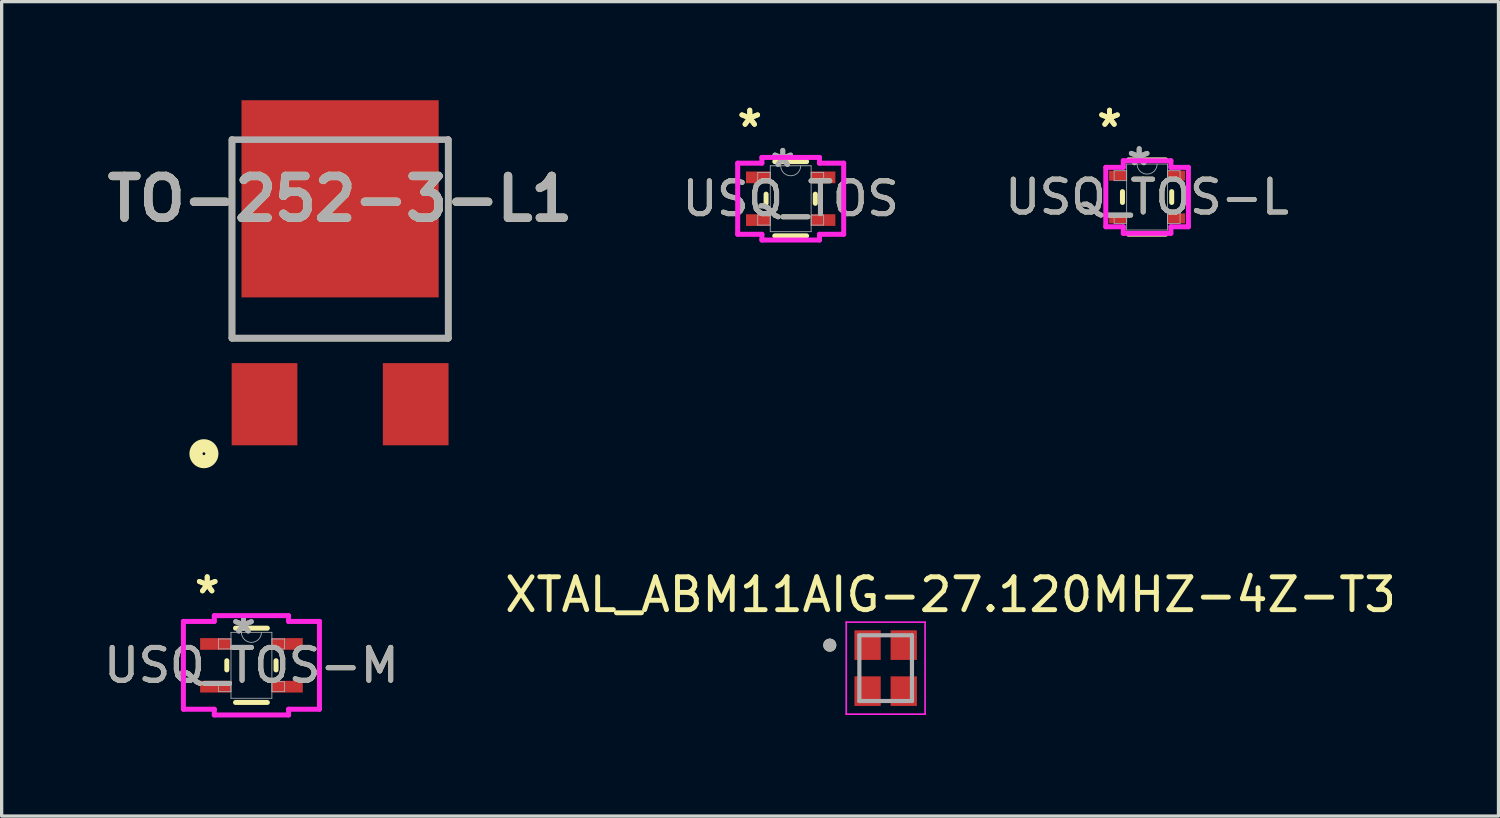
<source format=kicad_pcb>
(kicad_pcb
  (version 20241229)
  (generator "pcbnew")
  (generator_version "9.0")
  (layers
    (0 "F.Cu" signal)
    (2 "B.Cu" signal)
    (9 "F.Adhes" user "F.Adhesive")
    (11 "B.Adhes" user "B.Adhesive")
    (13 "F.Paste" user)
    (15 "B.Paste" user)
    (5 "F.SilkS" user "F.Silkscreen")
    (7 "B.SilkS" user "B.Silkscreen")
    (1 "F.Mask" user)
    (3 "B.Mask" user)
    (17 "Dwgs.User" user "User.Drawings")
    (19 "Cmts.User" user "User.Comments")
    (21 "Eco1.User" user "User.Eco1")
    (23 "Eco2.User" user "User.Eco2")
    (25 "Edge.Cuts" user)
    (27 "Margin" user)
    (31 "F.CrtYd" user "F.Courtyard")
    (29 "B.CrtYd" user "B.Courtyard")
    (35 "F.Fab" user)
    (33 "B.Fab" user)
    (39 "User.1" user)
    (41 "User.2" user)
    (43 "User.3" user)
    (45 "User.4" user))
  (footprint "TO-252-3-L1"
    (layer "F.Cu")
    (at 7.299 1.2)
    (property "Reference" "TO-252-3-L1" (at 0 1.8 0) (layer "F.SilkS") (effects (font (size 1.27 1.27) (thickness 0.254))))
    (attr smd)
    (fp_line (start -3.29 0) (end -3.29 6.04) (stroke (width 0.2) (type solid)) (layer "F.SilkS"))
    (fp_line (start -3.29 6.04) (end 3.29 6.04) (stroke (width 0.2) (type solid)) (layer "F.SilkS"))
    (fp_line (start 3.29 6.04) (end 3.29 0) (stroke (width 0.2) (type solid)) (layer "F.SilkS"))
    (fp_circle (center -4.144 9.556) (end -4.144 9.798) (stroke (width 0.4) (type solid)) (fill no) (layer "F.SilkS"))
    (fp_line (start -3.29 0) (end 3.29 0) (stroke (width 0.2) (type solid)) (layer "F.Fab"))
    (fp_line (start -3.29 6.04) (end -3.29 0) (stroke (width 0.2) (type solid)) (layer "F.Fab"))
    (fp_line (start 3.29 0) (end 3.29 6.04) (stroke (width 0.2) (type solid)) (layer "F.Fab"))
    (fp_line (start 3.29 6.04) (end -3.29 6.04) (stroke (width 0.2) (type solid)) (layer "F.Fab"))
    (fp_text user "${REFERENCE}" (at 0 1.8 0) (layer "F.Fab") (effects (font (size 1.27 1.27) (thickness 0.254))))
    (pad "1" smd rect (at -2.3 8.05) (size 2 2.5) (layers "F.Cu" "F.Mask" "F.Paste"))
    (pad "2" smd rect (at 2.3 8.05) (size 2 2.5) (layers "F.Cu" "F.Mask" "F.Paste"))
    (pad "3" smd rect (at 0 1.8 90) (size 6 6) (layers "F.Cu" "F.Mask" "F.Paste")))
  (footprint "USQ_TOS-M"
    (layer "F.Cu")
    (at 4.601 17.195)
    (property "Reference" "USQ_TOS-M" (at 0 0 0) (unlocked yes) (layer "F.SilkS") (effects (font (size 1 1) (thickness 0.15))))
    (attr smd)
    (fp_line (start -0.749 -0.139) (end -0.749 0.139) (stroke (width 0.152) (type solid)) (layer "F.SilkS"))
    (fp_line (start -0.484 1.13) (end 0.484 1.13) (stroke (width 0.152) (type solid)) (layer "F.SilkS"))
    (fp_line (start 0.484 -1.13) (end -0.484 -1.13) (stroke (width 0.152) (type solid)) (layer "F.SilkS"))
    (fp_line (start 0.749 0.139) (end 0.749 -0.139) (stroke (width 0.152) (type solid)) (layer "F.SilkS"))
    (fp_line (start -2.07 -1.336) (end -1.13 -1.336) (stroke (width 0.152) (type solid)) (layer "F.CrtYd"))
    (fp_line (start -2.07 1.336) (end -2.07 -1.336) (stroke (width 0.152) (type solid)) (layer "F.CrtYd"))
    (fp_line (start -2.07 1.336) (end -1.13 1.336) (stroke (width 0.152) (type solid)) (layer "F.CrtYd"))
    (fp_line (start -1.13 -1.511) (end 1.13 -1.511) (stroke (width 0.152) (type solid)) (layer "F.CrtYd"))
    (fp_line (start -1.13 -1.336) (end -1.13 -1.511) (stroke (width 0.152) (type solid)) (layer "F.CrtYd"))
    (fp_line (start -1.13 1.511) (end -1.13 1.336) (stroke (width 0.152) (type solid)) (layer "F.CrtYd"))
    (fp_line (start 1.13 -1.511) (end 1.13 -1.336) (stroke (width 0.152) (type solid)) (layer "F.CrtYd"))
    (fp_line (start 1.13 1.336) (end 1.13 1.511) (stroke (width 0.152) (type solid)) (layer "F.CrtYd"))
    (fp_line (start 1.13 1.511) (end -1.13 1.511) (stroke (width 0.152) (type solid)) (layer "F.CrtYd"))
    (fp_line (start 2.07 -1.336) (end 1.13 -1.336) (stroke (width 0.152) (type solid)) (layer "F.CrtYd"))
    (fp_line (start 2.07 -1.336) (end 2.07 1.336) (stroke (width 0.152) (type solid)) (layer "F.CrtYd"))
    (fp_line (start 2.07 1.336) (end 1.13 1.336) (stroke (width 0.152) (type solid)) (layer "F.CrtYd"))
    (fp_line (start -1.003 -0.802) (end -1.003 -0.498) (stroke (width 0.025) (type solid)) (layer "F.Fab"))
    (fp_line (start -1.003 -0.498) (end -0.622 -0.498) (stroke (width 0.025) (type solid)) (layer "F.Fab"))
    (fp_line (start -1.003 0.498) (end -1.003 0.802) (stroke (width 0.025) (type solid)) (layer "F.Fab"))
    (fp_line (start -1.003 0.802) (end -0.622 0.802) (stroke (width 0.025) (type solid)) (layer "F.Fab"))
    (fp_line (start -0.622 -1.003) (end -0.622 1.003) (stroke (width 0.025) (type solid)) (layer "F.Fab"))
    (fp_line (start -0.622 -0.802) (end -1.003 -0.802) (stroke (width 0.025) (type solid)) (layer "F.Fab"))
    (fp_line (start -0.622 -0.498) (end -0.622 -0.802) (stroke (width 0.025) (type solid)) (layer "F.Fab"))
    (fp_line (start -0.622 0.498) (end -1.003 0.498) (stroke (width 0.025) (type solid)) (layer "F.Fab"))
    (fp_line (start -0.622 0.802) (end -0.622 0.498) (stroke (width 0.025) (type solid)) (layer "F.Fab"))
    (fp_line (start -0.622 1.003) (end 0.622 1.003) (stroke (width 0.025) (type solid)) (layer "F.Fab"))
    (fp_line (start 0.622 -1.003) (end -0.622 -1.003) (stroke (width 0.025) (type solid)) (layer "F.Fab"))
    (fp_line (start 0.622 -0.802) (end 0.622 -0.498) (stroke (width 0.025) (type solid)) (layer "F.Fab"))
    (fp_line (start 0.622 -0.498) (end 1.003 -0.498) (stroke (width 0.025) (type solid)) (layer "F.Fab"))
    (fp_line (start 0.622 0.498) (end 0.622 0.802) (stroke (width 0.025) (type solid)) (layer "F.Fab"))
    (fp_line (start 0.622 0.802) (end 1.003 0.802) (stroke (width 0.025) (type solid)) (layer "F.Fab"))
    (fp_line (start 0.622 1.003) (end 0.622 -1.003) (stroke (width 0.025) (type solid)) (layer "F.Fab"))
    (fp_line (start 1.003 -0.802) (end 0.622 -0.802) (stroke (width 0.025) (type solid)) (layer "F.Fab"))
    (fp_line (start 1.003 -0.498) (end 1.003 -0.802) (stroke (width 0.025) (type solid)) (layer "F.Fab"))
    (fp_line (start 1.003 0.498) (end 0.622 0.498) (stroke (width 0.025) (type solid)) (layer "F.Fab"))
    (fp_line (start 1.003 0.802) (end 1.003 0.498) (stroke (width 0.025) (type solid)) (layer "F.Fab"))
    (fp_arc (start 0.3048 -1.0033) (mid 0 -0.6985) (end -0.3048 -1.0033) (stroke (width 0.0254) (type solid)) (layer "F.Fab"))
    (fp_text user "*" (at -1.346 -2.149 0) (unlocked yes) (layer "F.SilkS") (effects (font (size 1 1) (thickness 0.15))))
    (fp_text user "*" (at -1.346 -2.149 0) (layer "F.SilkS") (effects (font (size 1 1) (thickness 0.15))))
    (fp_text user "*" (at -0.241 -0.927 0) (layer "F.Fab") (effects (font (size 1 1) (thickness 0.15))))
    (fp_text user "*" (at -0.241 -0.927 0) (unlocked yes) (layer "F.Fab") (effects (font (size 1 1) (thickness 0.15))))
    (fp_text user "${REFERENCE}" (at 0 0 0) (unlocked yes) (layer "F.Fab") (effects (font (size 1 1) (thickness 0.15))))
    (pad "1" smd rect (at -1.092 -0.65) (size 0.94 0.356) (layers "F.Cu" "F.Mask" "F.Paste"))
    (pad "2" smd rect (at -1.092 0.65) (size 0.94 0.356) (layers "F.Cu" "F.Mask" "F.Paste"))
    (pad "3" smd rect (at 1.092 0.65) (size 0.94 0.356) (layers "F.Cu" "F.Mask" "F.Paste"))
    (pad "4" smd rect (at 1.092 -0.65) (size 0.94 0.356) (layers "F.Cu" "F.Mask" "F.Paste")))
  (footprint "XTAL_ABM11AIG-27.120MHZ-4Z-T3"
    (layer "F.Cu")
    (at 23.9 17.281)
    (property "Reference" "XTAL_ABM11AIG-27.120MHZ-4Z-T3" (at 1.975 -2.235 0) (layer "F.SilkS") (effects (font (size 1 1) (thickness 0.15))))
    (attr smd)
    (fp_circle (center -1.7 -0.7) (end -1.6 -0.7) (stroke (width 0.2) (type solid)) (fill no) (layer "F.SilkS"))
    (fp_line (start -1.2 -1.4) (end -1.2 1.4) (stroke (width 0.05) (type solid)) (layer "F.CrtYd"))
    (fp_line (start -1.2 -1.4) (end 1.2 -1.4) (stroke (width 0.05) (type solid)) (layer "F.CrtYd"))
    (fp_line (start 1.2 -1.4) (end 1.2 1.4) (stroke (width 0.05) (type solid)) (layer "F.CrtYd"))
    (fp_line (start 1.2 1.4) (end -1.2 1.4) (stroke (width 0.05) (type solid)) (layer "F.CrtYd"))
    (fp_line (start -0.8 -1) (end -0.8 1) (stroke (width 0.127) (type solid)) (layer "F.Fab"))
    (fp_line (start -0.8 -1) (end 0.8 -1) (stroke (width 0.127) (type solid)) (layer "F.Fab"))
    (fp_line (start 0.8 -1) (end 0.8 1) (stroke (width 0.127) (type solid)) (layer "F.Fab"))
    (fp_line (start 0.8 1) (end -0.8 1) (stroke (width 0.127) (type solid)) (layer "F.Fab"))
    (fp_circle (center -1.7 -0.7) (end -1.6 -0.7) (stroke (width 0.2) (type solid)) (fill no) (layer "F.Fab"))
    (pad "1" smd rect (at -0.55 -0.7) (size 0.8 0.9) (layers "F.Cu" "F.Mask" "F.Paste"))
    (pad "2" smd rect (at -0.55 0.7) (size 0.8 0.9) (layers "F.Cu" "F.Mask" "F.Paste"))
    (pad "3" smd rect (at 0.55 0.7) (size 0.8 0.9) (layers "F.Cu" "F.Mask" "F.Paste"))
    (pad "4" smd rect (at 0.55 -0.7) (size 0.8 0.9) (layers "F.Cu" "F.Mask" "F.Paste")))
  (footprint "USQ_TOS"
    (layer "F.Cu")
    (at 21.01 2.997)
    (property "Reference" "USQ_TOS" (at 0 0 0) (unlocked yes) (layer "F.SilkS") (effects (font (size 1 1) (thickness 0.15))))
    (attr smd)
    (fp_line (start -0.749 -0.139) (end -0.749 0.139) (stroke (width 0.152) (type solid)) (layer "F.SilkS"))
    (fp_line (start -0.484 1.13) (end 0.484 1.13) (stroke (width 0.152) (type solid)) (layer "F.SilkS"))
    (fp_line (start 0.484 -1.13) (end -0.484 -1.13) (stroke (width 0.152) (type solid)) (layer "F.SilkS"))
    (fp_line (start 0.749 0.139) (end 0.749 -0.139) (stroke (width 0.152) (type solid)) (layer "F.SilkS"))
    (fp_line (start -1.613 -1.082) (end -0.876 -1.082) (stroke (width 0.152) (type solid)) (layer "F.CrtYd"))
    (fp_line (start -1.613 1.082) (end -1.613 -1.082) (stroke (width 0.152) (type solid)) (layer "F.CrtYd"))
    (fp_line (start -1.613 1.082) (end -0.876 1.082) (stroke (width 0.152) (type solid)) (layer "F.CrtYd"))
    (fp_line (start -0.876 -1.257) (end 0.876 -1.257) (stroke (width 0.152) (type solid)) (layer "F.CrtYd"))
    (fp_line (start -0.876 -1.082) (end -0.876 -1.257) (stroke (width 0.152) (type solid)) (layer "F.CrtYd"))
    (fp_line (start -0.876 1.257) (end -0.876 1.082) (stroke (width 0.152) (type solid)) (layer "F.CrtYd"))
    (fp_line (start 0.876 -1.257) (end 0.876 -1.082) (stroke (width 0.152) (type solid)) (layer "F.CrtYd"))
    (fp_line (start 0.876 1.082) (end 0.876 1.257) (stroke (width 0.152) (type solid)) (layer "F.CrtYd"))
    (fp_line (start 0.876 1.257) (end -0.876 1.257) (stroke (width 0.152) (type solid)) (layer "F.CrtYd"))
    (fp_line (start 1.613 -1.082) (end 0.876 -1.082) (stroke (width 0.152) (type solid)) (layer "F.CrtYd"))
    (fp_line (start 1.613 -1.082) (end 1.613 1.082) (stroke (width 0.152) (type solid)) (layer "F.CrtYd"))
    (fp_line (start 1.613 1.082) (end 0.876 1.082) (stroke (width 0.152) (type solid)) (layer "F.CrtYd"))
    (fp_line (start -1.003 -0.802) (end -1.003 -0.498) (stroke (width 0.025) (type solid)) (layer "F.Fab"))
    (fp_line (start -1.003 -0.498) (end -0.622 -0.498) (stroke (width 0.025) (type solid)) (layer "F.Fab"))
    (fp_line (start -1.003 0.498) (end -1.003 0.802) (stroke (width 0.025) (type solid)) (layer "F.Fab"))
    (fp_line (start -1.003 0.802) (end -0.622 0.802) (stroke (width 0.025) (type solid)) (layer "F.Fab"))
    (fp_line (start -0.622 -1.003) (end -0.622 1.003) (stroke (width 0.025) (type solid)) (layer "F.Fab"))
    (fp_line (start -0.622 -0.802) (end -1.003 -0.802) (stroke (width 0.025) (type solid)) (layer "F.Fab"))
    (fp_line (start -0.622 -0.498) (end -0.622 -0.802) (stroke (width 0.025) (type solid)) (layer "F.Fab"))
    (fp_line (start -0.622 0.498) (end -1.003 0.498) (stroke (width 0.025) (type solid)) (layer "F.Fab"))
    (fp_line (start -0.622 0.802) (end -0.622 0.498) (stroke (width 0.025) (type solid)) (layer "F.Fab"))
    (fp_line (start -0.622 1.003) (end 0.622 1.003) (stroke (width 0.025) (type solid)) (layer "F.Fab"))
    (fp_line (start 0.622 -1.003) (end -0.622 -1.003) (stroke (width 0.025) (type solid)) (layer "F.Fab"))
    (fp_line (start 0.622 -0.802) (end 0.622 -0.498) (stroke (width 0.025) (type solid)) (layer "F.Fab"))
    (fp_line (start 0.622 -0.498) (end 1.003 -0.498) (stroke (width 0.025) (type solid)) (layer "F.Fab"))
    (fp_line (start 0.622 0.498) (end 0.622 0.802) (stroke (width 0.025) (type solid)) (layer "F.Fab"))
    (fp_line (start 0.622 0.802) (end 1.003 0.802) (stroke (width 0.025) (type solid)) (layer "F.Fab"))
    (fp_line (start 0.622 1.003) (end 0.622 -1.003) (stroke (width 0.025) (type solid)) (layer "F.Fab"))
    (fp_line (start 1.003 -0.802) (end 0.622 -0.802) (stroke (width 0.025) (type solid)) (layer "F.Fab"))
    (fp_line (start 1.003 -0.498) (end 1.003 -0.802) (stroke (width 0.025) (type solid)) (layer "F.Fab"))
    (fp_line (start 1.003 0.498) (end 0.622 0.498) (stroke (width 0.025) (type solid)) (layer "F.Fab"))
    (fp_line (start 1.003 0.802) (end 1.003 0.498) (stroke (width 0.025) (type solid)) (layer "F.Fab"))
    (fp_arc (start 0.3048 -1.0033) (mid 0 -0.6985) (end -0.3048 -1.0033) (stroke (width 0.0254) (type solid)) (layer "F.Fab"))
    (fp_text user "*" (at -1.245 -2.149 0) (unlocked yes) (layer "F.SilkS") (effects (font (size 1 1) (thickness 0.15))))
    (fp_text user "*" (at -1.245 -2.149 0) (layer "F.SilkS") (effects (font (size 1 1) (thickness 0.15))))
    (fp_text user "*" (at -0.241 -0.927 0) (layer "F.Fab") (effects (font (size 1 1) (thickness 0.15))))
    (fp_text user "*" (at -0.241 -0.927 0) (unlocked yes) (layer "F.Fab") (effects (font (size 1 1) (thickness 0.15))))
    (fp_text user "${REFERENCE}" (at 0 0 0) (unlocked yes) (layer "F.Fab") (effects (font (size 1 1) (thickness 0.15))))
    (pad "1" smd rect (at -0.991 -0.65) (size 0.737 0.356) (layers "F.Cu" "F.Mask" "F.Paste"))
    (pad "2" smd rect (at -0.991 0.65) (size 0.737 0.356) (layers "F.Cu" "F.Mask" "F.Paste"))
    (pad "3" smd rect (at 0.991 0.65) (size 0.737 0.356) (layers "F.Cu" "F.Mask" "F.Paste"))
    (pad "4" smd rect (at 0.991 -0.65) (size 0.737 0.356) (layers "F.Cu" "F.Mask" "F.Paste")))
  (footprint "USQ_TOS-L"
    (layer "F.Cu")
    (at 31.855 2.946)
    (property "Reference" "USQ_TOS-L" (at 0 0 0) (unlocked yes) (layer "F.SilkS") (effects (font (size 1 1) (thickness 0.15))))
    (attr smd)
    (fp_line (start -0.749 -0.165) (end -0.749 0.165) (stroke (width 0.152) (type solid)) (layer "F.SilkS"))
    (fp_line (start -0.566 1.13) (end 0.566 1.13) (stroke (width 0.152) (type solid)) (layer "F.SilkS"))
    (fp_line (start 0.566 -1.13) (end -0.566 -1.13) (stroke (width 0.152) (type solid)) (layer "F.SilkS"))
    (fp_line (start 0.749 0.165) (end 0.749 -0.165) (stroke (width 0.152) (type solid)) (layer "F.SilkS"))
    (fp_line (start -1.257 -0.904) (end -0.724 -0.904) (stroke (width 0.152) (type solid)) (layer "F.CrtYd"))
    (fp_line (start -1.257 0.904) (end -1.257 -0.904) (stroke (width 0.152) (type solid)) (layer "F.CrtYd"))
    (fp_line (start -1.257 0.904) (end -0.724 0.904) (stroke (width 0.152) (type solid)) (layer "F.CrtYd"))
    (fp_line (start -0.724 -1.105) (end 0.724 -1.105) (stroke (width 0.152) (type solid)) (layer "F.CrtYd"))
    (fp_line (start -0.724 -0.904) (end -0.724 -1.105) (stroke (width 0.152) (type solid)) (layer "F.CrtYd"))
    (fp_line (start -0.724 1.105) (end -0.724 0.904) (stroke (width 0.152) (type solid)) (layer "F.CrtYd"))
    (fp_line (start 0.724 -1.105) (end 0.724 -0.904) (stroke (width 0.152) (type solid)) (layer "F.CrtYd"))
    (fp_line (start 0.724 0.904) (end 0.724 1.105) (stroke (width 0.152) (type solid)) (layer "F.CrtYd"))
    (fp_line (start 0.724 1.105) (end -0.724 1.105) (stroke (width 0.152) (type solid)) (layer "F.CrtYd"))
    (fp_line (start 1.257 -0.904) (end 0.724 -0.904) (stroke (width 0.152) (type solid)) (layer "F.CrtYd"))
    (fp_line (start 1.257 -0.904) (end 1.257 0.904) (stroke (width 0.152) (type solid)) (layer "F.CrtYd"))
    (fp_line (start 1.257 0.904) (end 0.724 0.904) (stroke (width 0.152) (type solid)) (layer "F.CrtYd"))
    (fp_line (start -1.003 -0.802) (end -1.003 -0.498) (stroke (width 0.025) (type solid)) (layer "F.Fab"))
    (fp_line (start -1.003 -0.498) (end -0.622 -0.498) (stroke (width 0.025) (type solid)) (layer "F.Fab"))
    (fp_line (start -1.003 0.498) (end -1.003 0.802) (stroke (width 0.025) (type solid)) (layer "F.Fab"))
    (fp_line (start -1.003 0.802) (end -0.622 0.802) (stroke (width 0.025) (type solid)) (layer "F.Fab"))
    (fp_line (start -0.622 -1.003) (end -0.622 1.003) (stroke (width 0.025) (type solid)) (layer "F.Fab"))
    (fp_line (start -0.622 -0.802) (end -1.003 -0.802) (stroke (width 0.025) (type solid)) (layer "F.Fab"))
    (fp_line (start -0.622 -0.498) (end -0.622 -0.802) (stroke (width 0.025) (type solid)) (layer "F.Fab"))
    (fp_line (start -0.622 0.498) (end -1.003 0.498) (stroke (width 0.025) (type solid)) (layer "F.Fab"))
    (fp_line (start -0.622 0.802) (end -0.622 0.498) (stroke (width 0.025) (type solid)) (layer "F.Fab"))
    (fp_line (start -0.622 1.003) (end 0.622 1.003) (stroke (width 0.025) (type solid)) (layer "F.Fab"))
    (fp_line (start 0.622 -1.003) (end -0.622 -1.003) (stroke (width 0.025) (type solid)) (layer "F.Fab"))
    (fp_line (start 0.622 -0.802) (end 0.622 -0.498) (stroke (width 0.025) (type solid)) (layer "F.Fab"))
    (fp_line (start 0.622 -0.498) (end 1.003 -0.498) (stroke (width 0.025) (type solid)) (layer "F.Fab"))
    (fp_line (start 0.622 0.498) (end 0.622 0.802) (stroke (width 0.025) (type solid)) (layer "F.Fab"))
    (fp_line (start 0.622 0.802) (end 1.003 0.802) (stroke (width 0.025) (type solid)) (layer "F.Fab"))
    (fp_line (start 0.622 1.003) (end 0.622 -1.003) (stroke (width 0.025) (type solid)) (layer "F.Fab"))
    (fp_line (start 1.003 -0.802) (end 0.622 -0.802) (stroke (width 0.025) (type solid)) (layer "F.Fab"))
    (fp_line (start 1.003 -0.498) (end 1.003 -0.802) (stroke (width 0.025) (type solid)) (layer "F.Fab"))
    (fp_line (start 1.003 0.498) (end 0.622 0.498) (stroke (width 0.025) (type solid)) (layer "F.Fab"))
    (fp_line (start 1.003 0.802) (end 1.003 0.498) (stroke (width 0.025) (type solid)) (layer "F.Fab"))
    (fp_arc (start 0.3048 -1.0033) (mid 0 -0.6985) (end -0.3048 -1.0033) (stroke (width 0.0254) (type solid)) (layer "F.Fab"))
    (fp_text user "*" (at -1.143 -2.098 0) (unlocked yes) (layer "F.SilkS") (effects (font (size 1 1) (thickness 0.15))))
    (fp_text user "*" (at -1.143 -2.098 0) (layer "F.SilkS") (effects (font (size 1 1) (thickness 0.15))))
    (fp_text user "*" (at -0.241 -0.927 0) (unlocked yes) (layer "F.Fab") (effects (font (size 1 1) (thickness 0.15))))
    (fp_text user "*" (at -0.241 -0.927 0) (layer "F.Fab") (effects (font (size 1 1) (thickness 0.15))))
    (fp_text user "${REFERENCE}" (at 0 0 0) (unlocked yes) (layer "F.Fab") (effects (font (size 1 1) (thickness 0.15))))
    (pad "1" smd rect (at -0.889 -0.65) (size 0.533 0.305) (layers "F.Cu" "F.Mask" "F.Paste"))
    (pad "2" smd rect (at -0.889 0.65) (size 0.533 0.305) (layers "F.Cu" "F.Mask" "F.Paste"))
    (pad "3" smd rect (at 0.889 0.65) (size 0.533 0.305) (layers "F.Cu" "F.Mask" "F.Paste"))
    (pad "4" smd rect (at 0.889 -0.65) (size 0.533 0.305) (layers "F.Cu" "F.Mask" "F.Paste")))
  (gr_rect
    (start -3 -3)
    (end 42.548 21.782)
    (stroke (width 0.1) (type default))
    (fill no)
    (layer "Edge.Cuts")))
</source>
